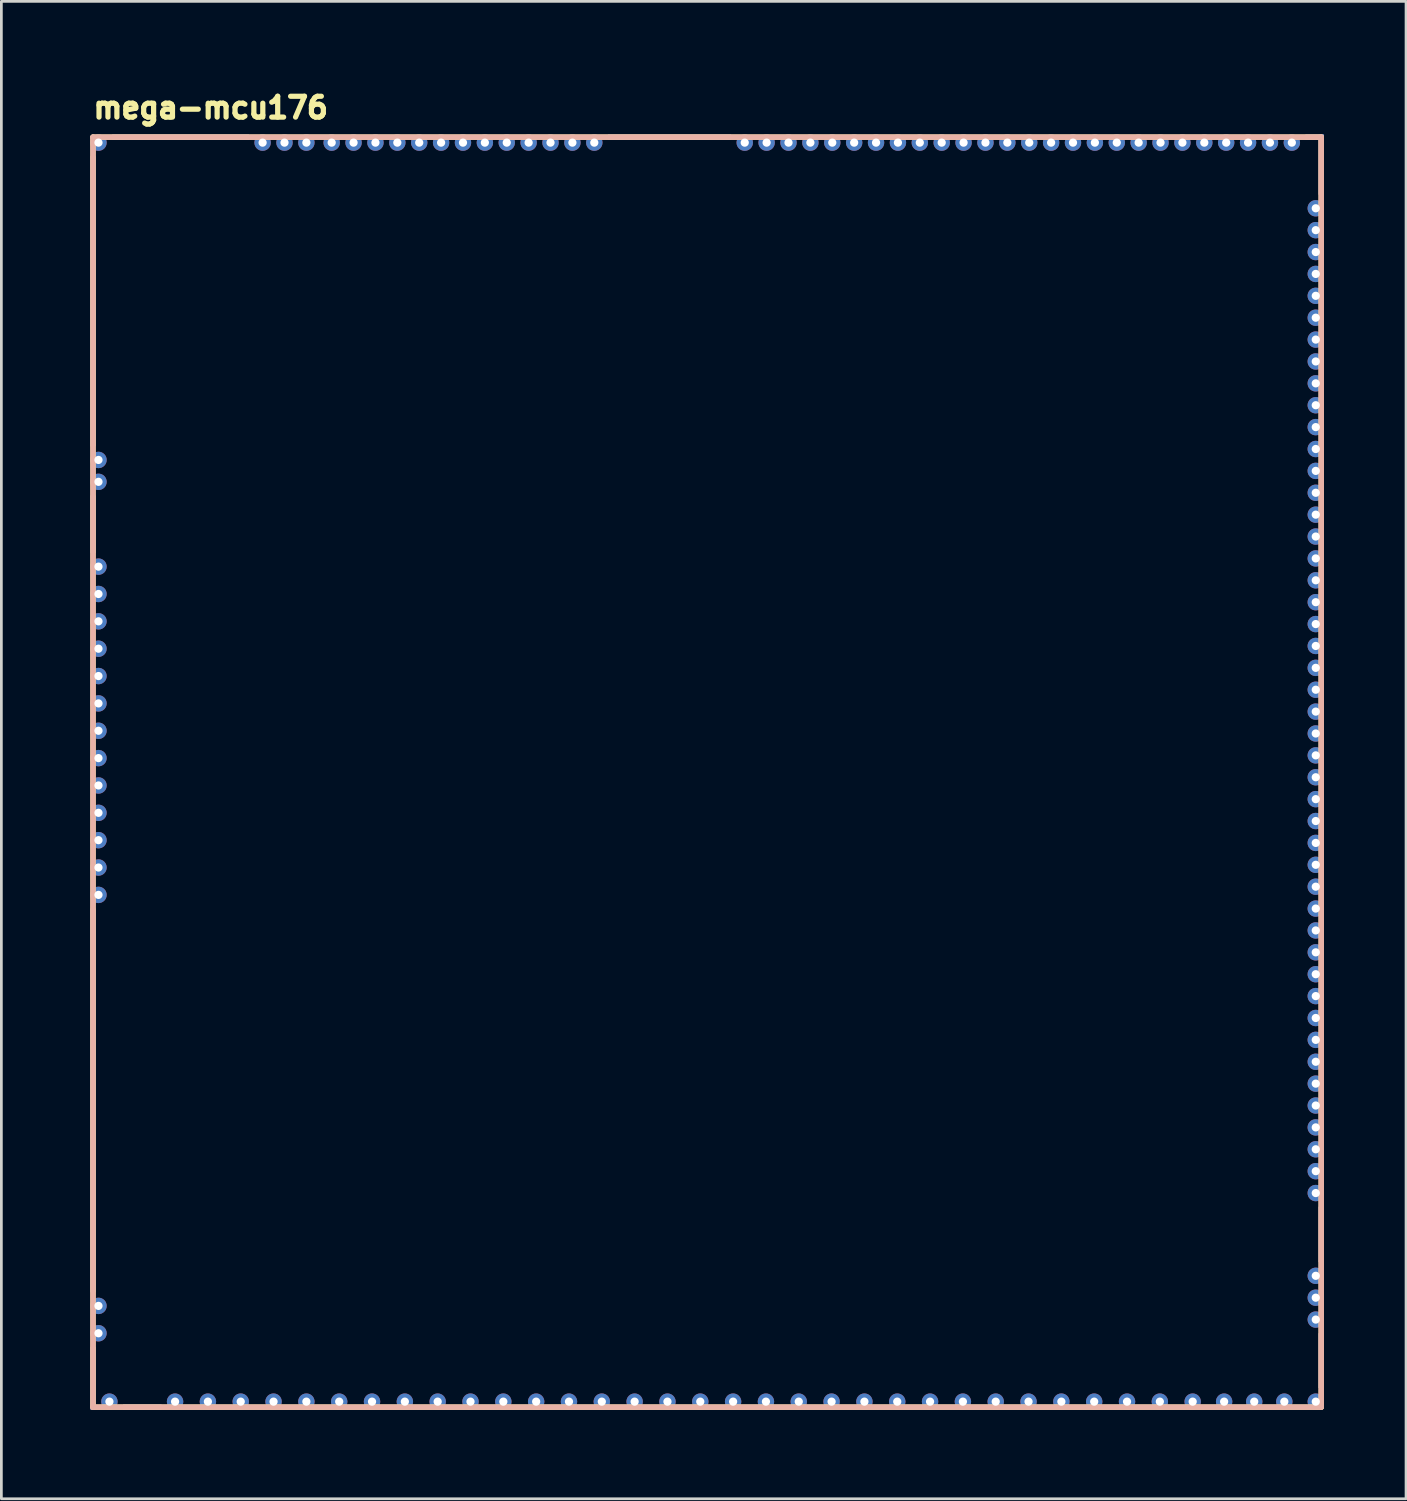
<source format=kicad_pcb>
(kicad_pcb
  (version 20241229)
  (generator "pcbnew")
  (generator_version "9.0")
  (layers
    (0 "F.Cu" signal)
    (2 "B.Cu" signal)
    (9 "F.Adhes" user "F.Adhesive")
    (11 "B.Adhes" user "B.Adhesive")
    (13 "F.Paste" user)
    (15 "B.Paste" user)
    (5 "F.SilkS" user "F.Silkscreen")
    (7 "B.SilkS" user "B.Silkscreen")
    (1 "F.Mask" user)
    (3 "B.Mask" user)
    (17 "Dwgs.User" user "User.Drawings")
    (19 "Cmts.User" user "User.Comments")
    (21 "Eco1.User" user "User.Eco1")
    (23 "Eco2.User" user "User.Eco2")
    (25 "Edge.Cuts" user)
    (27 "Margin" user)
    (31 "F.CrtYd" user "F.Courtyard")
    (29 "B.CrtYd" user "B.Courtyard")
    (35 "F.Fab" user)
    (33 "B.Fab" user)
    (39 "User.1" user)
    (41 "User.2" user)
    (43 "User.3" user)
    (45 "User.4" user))
  (footprint "mega-mcu176"
    (layer "F.Cu")
    (at 0.25 48.489)
    (property "Reference" "mega-mcu176" (at 0.013 -47.155 0) (unlocked yes) (layer "F.SilkS") (effects (font (size 0.762 0.762) (thickness 0.254)) (justify left bottom)))
    (fp_line (start 0.1 -46.525) (end 45 -46.525) (stroke (width 0.2) (type solid)) (layer "F.SilkS"))
    (fp_line (start 0.1 -0.1) (end 0.1 -46.525) (stroke (width 0.2) (type solid)) (layer "F.SilkS"))
    (fp_line (start 0.1 -0.1) (end 45 -0.1) (stroke (width 0.2) (type solid)) (layer "F.SilkS"))
    (fp_line (start 45 -0.1) (end 45 -46.525) (stroke (width 0.2) (type solid)) (layer "F.SilkS"))
    (fp_line (start 0.1 -46.525) (end 45 -46.525) (stroke (width 0.2) (type solid)) (layer "B.SilkS"))
    (fp_line (start 0.1 -0.1) (end 0.1 -46.525) (stroke (width 0.2) (type solid)) (layer "B.SilkS"))
    (fp_line (start 0.1 -0.1) (end 45 -0.1) (stroke (width 0.2) (type solid)) (layer "B.SilkS"))
    (fp_line (start 45 -0.1) (end 45 -46.525) (stroke (width 0.2) (type solid)) (layer "B.SilkS"))
    (pad "E0a" thru_hole circle (at 44.8 -43.925) (size 0.6 0.6) (drill 0.3) (layers "*.Cu"))
    (pad "E0b" thru_hole circle (at 44.8 -43.125 270) (size 0.6 0.6) (drill 0.3) (layers "*.Cu"))
    (pad "E0c" thru_hole circle (at 44.8 -42.325 270) (size 0.6 0.6) (drill 0.3) (layers "*.Cu"))
    (pad "E0d" thru_hole circle (at 44.8 -41.525 270) (size 0.6 0.6) (drill 0.3) (layers "*.Cu"))
    (pad "E1" thru_hole circle (at 44.8 -40.725) (size 0.6 0.6) (drill 0.3) (layers "*.Cu"))
    (pad "E2" thru_hole circle (at 44.8 -39.925) (size 0.6 0.6) (drill 0.3) (layers "*.Cu"))
    (pad "E3" thru_hole circle (at 44.8 -39.125) (size 0.6 0.6) (drill 0.3) (layers "*.Cu"))
    (pad "E4" thru_hole circle (at 44.8 -38.325) (size 0.6 0.6) (drill 0.3) (layers "*.Cu"))
    (pad "E6" thru_hole circle (at 44.8 -37.525 270) (size 0.6 0.6) (drill 0.3) (layers "*.Cu"))
    (pad "E7" thru_hole circle (at 44.8 -36.725 270) (size 0.6 0.6) (drill 0.3) (layers "*.Cu"))
    (pad "E8" thru_hole circle (at 44.8 -35.925 270) (size 0.6 0.6) (drill 0.3) (layers "*.Cu"))
    (pad "E9" thru_hole circle (at 44.8 -35.125 270) (size 0.6 0.6) (drill 0.3) (layers "*.Cu"))
    (pad "E10" thru_hole circle (at 44.8 -34.325 270) (size 0.6 0.6) (drill 0.3) (layers "*.Cu"))
    (pad "E11" thru_hole circle (at 44.8 -33.525 270) (size 0.6 0.6) (drill 0.3) (layers "*.Cu"))
    (pad "E12" thru_hole circle (at 44.8 -32.725 270) (size 0.6 0.6) (drill 0.3) (layers "*.Cu"))
    (pad "E13" thru_hole circle (at 44.8 -31.925 270) (size 0.6 0.6) (drill 0.3) (layers "*.Cu"))
    (pad "E14" thru_hole circle (at 44.8 -31.125 270) (size 0.6 0.6) (drill 0.3) (layers "*.Cu"))
    (pad "E15" thru_hole circle (at 44.8 -30.325 270) (size 0.6 0.6) (drill 0.3) (layers "*.Cu"))
    (pad "E16" thru_hole circle (at 44.8 -29.525 270) (size 0.6 0.6) (drill 0.3) (layers "*.Cu"))
    (pad "E17" thru_hole circle (at 44.8 -28.725 270) (size 0.6 0.6) (drill 0.3) (layers "*.Cu"))
    (pad "E18" thru_hole circle (at 44.8 -27.925 270) (size 0.6 0.6) (drill 0.3) (layers "*.Cu"))
    (pad "E19" thru_hole circle (at 44.8 -27.125 270) (size 0.6 0.6) (drill 0.3) (layers "*.Cu"))
    (pad "E20" thru_hole circle (at 44.8 -26.325 270) (size 0.6 0.6) (drill 0.3) (layers "*.Cu"))
    (pad "E21" thru_hole circle (at 44.8 -25.525 270) (size 0.6 0.6) (drill 0.3) (layers "*.Cu"))
    (pad "E22" thru_hole circle (at 44.8 -24.725 270) (size 0.6 0.6) (drill 0.3) (layers "*.Cu"))
    (pad "E23" thru_hole circle (at 44.8 -23.925 270) (size 0.6 0.6) (drill 0.3) (layers "*.Cu"))
    (pad "E24" thru_hole circle (at 44.8 -23.125 270) (size 0.6 0.6) (drill 0.3) (layers "*.Cu"))
    (pad "E25" thru_hole circle (at 44.8 -22.325 180) (size 0.6 0.6) (drill 0.3) (layers "*.Cu"))
    (pad "E26" thru_hole circle (at 44.8 -21.525 180) (size 0.6 0.6) (drill 0.3) (layers "*.Cu"))
    (pad "E27" thru_hole circle (at 44.8 -20.725 270) (size 0.6 0.6) (drill 0.3) (layers "*.Cu"))
    (pad "E28" thru_hole circle (at 44.8 -19.925 270) (size 0.6 0.6) (drill 0.3) (layers "*.Cu"))
    (pad "E29" thru_hole circle (at 44.8 -19.125 180) (size 0.6 0.6) (drill 0.3) (layers "*.Cu"))
    (pad "E30" thru_hole circle (at 44.8 -18.325 180) (size 0.6 0.6) (drill 0.3) (layers "*.Cu"))
    (pad "E31" thru_hole circle (at 44.8 -17.525 180) (size 0.6 0.6) (drill 0.3) (layers "*.Cu"))
    (pad "E32" thru_hole circle (at 44.8 -15.925 180) (size 0.6 0.6) (drill 0.3) (layers "*.Cu"))
    (pad "E33" thru_hole circle (at 44.8 -15.125 180) (size 0.6 0.6) (drill 0.3) (layers "*.Cu"))
    (pad "E34" thru_hole circle (at 44.8 -14.325 180) (size 0.6 0.6) (drill 0.3) (layers "*.Cu"))
    (pad "E35" thru_hole circle (at 44.8 -16.725 270) (size 0.6 0.6) (drill 0.3) (layers "*.Cu"))
    (pad "E36" thru_hole circle (at 44.8 -13.525 270) (size 0.6 0.6) (drill 0.3) (layers "*.Cu"))
    (pad "E36a" thru_hole circle (at 44.8 -12.725 270) (size 0.6 0.6) (drill 0.3) (layers "*.Cu"))
    (pad "E36b" thru_hole circle (at 44.8 -11.925 270) (size 0.6 0.6) (drill 0.3) (layers "*.Cu"))
    (pad "E36c" thru_hole circle (at 44.8 -11.125 270) (size 0.6 0.6) (drill 0.3) (layers "*.Cu"))
    (pad "E36d" thru_hole circle (at 44.8 -10.325 270) (size 0.6 0.6) (drill 0.3) (layers "*.Cu"))
    (pad "E36e" thru_hole circle (at 44.8 -9.525) (size 0.6 0.6) (drill 0.3) (layers "*.Cu"))
    (pad "E36f" thru_hole circle (at 44.8 -8.725) (size 0.6 0.6) (drill 0.3) (layers "*.Cu"))
    (pad "E36g" thru_hole circle (at 44.8 -7.925) (size 0.6 0.6) (drill 0.3) (layers "*.Cu"))
    (pad "E38" thru_hole circle (at 44.8 -4.9 270) (size 0.6 0.6) (drill 0.3) (layers "*.Cu"))
    (pad "E39" thru_hole circle (at 44.8 -4.1 270) (size 0.6 0.6) (drill 0.3) (layers "*.Cu"))
    (pad "E40" thru_hole circle (at 44.8 -3.3 270) (size 0.6 0.6) (drill 0.3) (layers "*.Cu"))
    (pad "G" smd rect (at 0.1 -40.525) (size 0.2 10.6) (layers "F.Cu" "F.Paste"))
    (pad "G" smd rect (at 0.1 -40.525) (size 0.2 10.6) (layers "B.Cu" "B.Paste"))
    (pad "G" smd rect (at 0.1 -40.525) (size 0.2 10.6) (layers "In1.Cu"))
    (pad "G" smd rect (at 0.1 -40.525) (size 0.2 10.6) (layers "In2.Cu"))
    (pad "G" smd rect (at 0.1 -32.375) (size 0.2 2.1) (layers "F.Cu" "F.Paste"))
    (pad "G" smd rect (at 0.1 -32.375) (size 0.2 2.1) (layers "B.Cu" "B.Paste"))
    (pad "G" smd rect (at 0.1 -32.375) (size 0.2 2.1) (layers "In1.Cu"))
    (pad "G" smd rect (at 0.1 -32.375) (size 0.2 2.1) (layers "In2.Cu"))
    (pad "G" smd rect (at 0.1 -11.313) (size 0.2 14.025) (layers "F.Cu" "F.Paste"))
    (pad "G" smd rect (at 0.1 -11.313) (size 0.2 14.025) (layers "B.Cu" "B.Paste"))
    (pad "G" smd rect (at 0.1 -11.313) (size 0.2 14.025) (layers "In1.Cu"))
    (pad "G" smd rect (at 0.1 -11.313) (size 0.2 14.025) (layers "In2.Cu"))
    (pad "G" smd rect (at 0.1 -1.15) (size 0.2 2.3) (layers "F.Cu" "F.Paste"))
    (pad "G" smd rect (at 0.1 -1.15) (size 0.2 2.3) (layers "B.Cu" "B.Paste"))
    (pad "G" smd rect (at 0.1 -1.15) (size 0.2 2.3) (layers "In1.Cu"))
    (pad "G" smd rect (at 0.1 -1.15) (size 0.2 2.3) (layers "In2.Cu"))
    (pad "G" smd rect (at 1.9 -0.1 90) (size 0.2 1.4) (layers "F.Cu" "F.Paste"))
    (pad "G" smd rect (at 1.9 -0.1 90) (size 0.2 1.4) (layers "B.Cu" "B.Paste"))
    (pad "G" smd rect (at 1.9 -0.1 90) (size 0.2 1.4) (layers "In1.Cu"))
    (pad "G" smd rect (at 1.9 -0.1 90) (size 0.2 1.4) (layers "In2.Cu"))
    (pad "G" smd rect (at 3.3 -46.525 270) (size 0.2 5) (layers "F.Cu" "F.Paste"))
    (pad "G" smd rect (at 3.3 -46.525 270) (size 0.2 5) (layers "B.Cu" "B.Paste"))
    (pad "G" smd rect (at 3.3 -46.525 270) (size 0.2 5) (layers "In1.Cu"))
    (pad "G" smd rect (at 3.3 -46.525 270) (size 0.2 5) (layers "In2.Cu"))
    (pad "G" smd rect (at 21.175 -46.525 270) (size 0.2 4.5) (layers "F.Cu" "F.Paste"))
    (pad "G" smd rect (at 21.175 -46.525 270) (size 0.2 4.5) (layers "B.Cu" "B.Paste"))
    (pad "G" smd rect (at 21.175 -46.525 270) (size 0.2 4.5) (layers "In1.Cu"))
    (pad "G" smd rect (at 21.175 -46.525 270) (size 0.2 4.5) (layers "In2.Cu"))
    (pad "G" smd rect (at 44.762 -46.525 90) (size 0.2 0.675) (layers "F.Cu" "F.Paste"))
    (pad "G" smd rect (at 44.762 -46.525 90) (size 0.2 0.675) (layers "B.Cu" "B.Paste"))
    (pad "G" smd rect (at 44.762 -46.525 90) (size 0.2 0.675) (layers "In1.Cu"))
    (pad "G" smd rect (at 44.762 -46.525 90) (size 0.2 0.675) (layers "In2.Cu"))
    (pad "G" smd rect (at 45 -45.525 180) (size 0.2 2.2) (layers "F.Cu" "F.Paste"))
    (pad "G" smd rect (at 45 -45.525 180) (size 0.2 2.2) (layers "B.Cu" "B.Paste"))
    (pad "G" smd rect (at 45 -45.525 180) (size 0.2 2.2) (layers "In1.Cu"))
    (pad "G" smd rect (at 45 -45.525 180) (size 0.2 2.2) (layers "In2.Cu"))
    (pad "G" smd rect (at 45 -6.413 180) (size 0.2 2.025) (layers "F.Cu" "F.Paste"))
    (pad "G" smd rect (at 45 -6.413 180) (size 0.2 2.025) (layers "B.Cu" "B.Paste"))
    (pad "G" smd rect (at 45 -6.413 180) (size 0.2 2.025) (layers "In1.Cu"))
    (pad "G" smd rect (at 45 -6.413 180) (size 0.2 2.025) (layers "In2.Cu"))
    (pad "G" smd rect (at 45 -1.8 180) (size 0.2 2) (layers "F.Cu" "F.Paste"))
    (pad "G" smd rect (at 45 -1.8 180) (size 0.2 2) (layers "B.Cu" "B.Paste"))
    (pad "G" smd rect (at 45 -1.8 180) (size 0.2 2) (layers "In1.Cu"))
    (pad "G" smd rect (at 45 -1.8 180) (size 0.2 2) (layers "In2.Cu"))
    (pad "N0a" thru_hole circle (at 43.925 -46.325) (size 0.6 0.6) (drill 0.3) (layers "*.Cu"))
    (pad "N0b" thru_hole circle (at 43.125 -46.325) (size 0.6 0.6) (drill 0.3) (layers "*.Cu"))
    (pad "N0c" thru_hole circle (at 42.325 -46.325) (size 0.6 0.6) (drill 0.3) (layers "*.Cu"))
    (pad "N1" thru_hole circle (at 41.525 -46.325 270) (size 0.6 0.6) (drill 0.3) (layers "*.Cu"))
    (pad "N2" thru_hole circle (at 40.725 -46.325 270) (size 0.6 0.6) (drill 0.3) (layers "*.Cu"))
    (pad "N3" thru_hole circle (at 39.925 -46.325 270) (size 0.6 0.6) (drill 0.3) (layers "*.Cu"))
    (pad "N4" thru_hole circle (at 39.125 -46.325 270) (size 0.6 0.6) (drill 0.3) (layers "*.Cu"))
    (pad "N5" thru_hole circle (at 38.325 -46.325 90) (size 0.6 0.6) (drill 0.3) (layers "*.Cu"))
    (pad "N6" thru_hole circle (at 37.525 -46.325 270) (size 0.6 0.6) (drill 0.3) (layers "*.Cu"))
    (pad "N7" thru_hole circle (at 36.725 -46.325 270) (size 0.6 0.6) (drill 0.3) (layers "*.Cu"))
    (pad "N8" thru_hole circle (at 35.925 -46.325 270) (size 0.6 0.6) (drill 0.3) (layers "*.Cu"))
    (pad "N9" thru_hole circle (at 35.125 -46.325 90) (size 0.6 0.6) (drill 0.3) (layers "*.Cu"))
    (pad "N10" thru_hole circle (at 34.325 -46.325 90) (size 0.6 0.6) (drill 0.3) (layers "*.Cu"))
    (pad "N11" thru_hole circle (at 33.525 -46.325 90) (size 0.6 0.6) (drill 0.3) (layers "*.Cu"))
    (pad "N12" thru_hole circle (at 32.725 -46.325 90) (size 0.6 0.6) (drill 0.3) (layers "*.Cu"))
    (pad "N13" thru_hole circle (at 31.925 -46.325 90) (size 0.6 0.6) (drill 0.3) (layers "*.Cu"))
    (pad "N14" thru_hole circle (at 31.125 -46.325 270) (size 0.6 0.6) (drill 0.3) (layers "*.Cu"))
    (pad "N15" thru_hole circle (at 30.325 -46.325 270) (size 0.6 0.6) (drill 0.3) (layers "*.Cu"))
    (pad "N16" thru_hole circle (at 29.525 -46.325 270) (size 0.6 0.6) (drill 0.3) (layers "*.Cu"))
    (pad "N17" thru_hole circle (at 28.725 -46.325 270) (size 0.6 0.6) (drill 0.3) (layers "*.Cu"))
    (pad "N18" thru_hole circle (at 27.925 -46.325 270) (size 0.6 0.6) (drill 0.3) (layers "*.Cu"))
    (pad "N19" thru_hole circle (at 27.125 -46.325 270) (size 0.6 0.6) (drill 0.3) (layers "*.Cu"))
    (pad "N20" thru_hole circle (at 26.325 -46.325 270) (size 0.6 0.6) (drill 0.3) (layers "*.Cu"))
    (pad "N21" thru_hole circle (at 25.525 -46.325 270) (size 0.6 0.6) (drill 0.3) (layers "*.Cu"))
    (pad "N22" thru_hole circle (at 24.725 -46.325 270) (size 0.6 0.6) (drill 0.3) (layers "*.Cu"))
    (pad "N23" thru_hole circle (at 23.925 -46.325 270) (size 0.6 0.6) (drill 0.3) (layers "*.Cu"))
    (pad "N24" thru_hole circle (at 18.425 -46.325 270) (size 0.6 0.6) (drill 0.3) (layers "*.Cu"))
    (pad "N25" thru_hole circle (at 17.625 -46.325 270) (size 0.6 0.6) (drill 0.3) (layers "*.Cu"))
    (pad "N26" thru_hole circle (at 16.825 -46.325 270) (size 0.6 0.6) (drill 0.3) (layers "*.Cu"))
    (pad "N27" thru_hole circle (at 16.025 -46.325 270) (size 0.6 0.6) (drill 0.3) (layers "*.Cu"))
    (pad "N28" thru_hole circle (at 15.225 -46.325 270) (size 0.6 0.6) (drill 0.3) (layers "*.Cu"))
    (pad "N28a" thru_hole circle (at 14.425 -46.325) (size 0.6 0.6) (drill 0.3) (layers "*.Cu"))
    (pad "N28b" thru_hole circle (at 13.625 -46.325) (size 0.6 0.6) (drill 0.3) (layers "*.Cu"))
    (pad "N28c" thru_hole circle (at 12.825 -46.325) (size 0.6 0.6) (drill 0.3) (layers "*.Cu"))
    (pad "N28d" thru_hole circle (at 12.025 -46.325) (size 0.6 0.6) (drill 0.3) (layers "*.Cu"))
    (pad "N28e" thru_hole circle (at 11.225 -46.325) (size 0.6 0.6) (drill 0.3) (layers "*.Cu"))
    (pad "N28f" thru_hole circle (at 10.425 -46.325) (size 0.6 0.6) (drill 0.3) (layers "*.Cu"))
    (pad "N28g" thru_hole circle (at 9.625 -46.325) (size 0.6 0.6) (drill 0.3) (layers "*.Cu"))
    (pad "N28h" thru_hole circle (at 8.825 -46.325) (size 0.6 0.6) (drill 0.3) (layers "*.Cu"))
    (pad "N29" thru_hole circle (at 7.9 -46.325 270) (size 0.6 0.6) (drill 0.3) (layers "*.Cu"))
    (pad "N30" thru_hole circle (at 7.1 -46.325 270) (size 0.6 0.6) (drill 0.3) (layers "*.Cu"))
    (pad "N31" thru_hole circle (at 6.3 -46.325 270) (size 0.6 0.6) (drill 0.3) (layers "*.Cu"))
    (pad "N32" thru_hole circle (at 0.3 -46.325 270) (size 0.6 0.6) (drill 0.3) (layers "*.Cu"))
    (pad "S2" thru_hole circle (at 44.8 -0.3 270) (size 0.6 0.6) (drill 0.3) (layers "*.Cu"))
    (pad "S3" thru_hole circle (at 43.65 -0.3 270) (size 0.6 0.6) (drill 0.3) (layers "*.Cu"))
    (pad "S4" thru_hole circle (at 42.55 -0.3 270) (size 0.6 0.6) (drill 0.3) (layers "*.Cu"))
    (pad "S5" thru_hole circle (at 41.45 -0.3 270) (size 0.6 0.6) (drill 0.3) (layers "*.Cu"))
    (pad "S5a" thru_hole circle (at 40.3 -0.3 270) (size 0.6 0.6) (drill 0.3) (layers "*.Cu"))
    (pad "S5b" thru_hole circle (at 39.1 -0.3 270) (size 0.6 0.6) (drill 0.3) (layers "*.Cu"))
    (pad "S5c" thru_hole circle (at 37.9 -0.3 270) (size 0.6 0.6) (drill 0.3) (layers "*.Cu"))
    (pad "S5d" thru_hole circle (at 36.7 -0.3 270) (size 0.6 0.6) (drill 0.3) (layers "*.Cu"))
    (pad "S6" thru_hole circle (at 35.5 -0.3 270) (size 0.6 0.6) (drill 0.3) (layers "*.Cu"))
    (pad "S7" thru_hole circle (at 34.3 -0.3 270) (size 0.6 0.6) (drill 0.3) (layers "*.Cu"))
    (pad "S8" thru_hole circle (at 33.1 -0.3 270) (size 0.6 0.6) (drill 0.3) (layers "*.Cu"))
    (pad "S9" thru_hole circle (at 31.9 -0.3 270) (size 0.6 0.6) (drill 0.3) (layers "*.Cu"))
    (pad "S10" thru_hole circle (at 30.7 -0.3 270) (size 0.6 0.6) (drill 0.3) (layers "*.Cu"))
    (pad "S11" thru_hole circle (at 29.5 -0.3 270) (size 0.6 0.6) (drill 0.3) (layers "*.Cu"))
    (pad "S12" thru_hole circle (at 28.3 -0.3 270) (size 0.6 0.6) (drill 0.3) (layers "*.Cu"))
    (pad "S13" thru_hole circle (at 27.1 -0.3 270) (size 0.6 0.6) (drill 0.3) (layers "*.Cu"))
    (pad "S14" thru_hole circle (at 25.9 -0.3 270) (size 0.6 0.6) (drill 0.3) (layers "*.Cu"))
    (pad "S15" thru_hole circle (at 24.7 -0.3 270) (size 0.6 0.6) (drill 0.3) (layers "*.Cu"))
    (pad "S16" thru_hole circle (at 23.5 -0.3 270) (size 0.6 0.6) (drill 0.3) (layers "*.Cu"))
    (pad "S17" thru_hole circle (at 22.3 -0.3 270) (size 0.6 0.6) (drill 0.3) (layers "*.Cu"))
    (pad "S18" thru_hole circle (at 21.1 -0.3 270) (size 0.6 0.6) (drill 0.3) (layers "*.Cu"))
    (pad "S19" thru_hole circle (at 19.9 -0.3 270) (size 0.6 0.6) (drill 0.3) (layers "*.Cu"))
    (pad "S20" thru_hole circle (at 18.7 -0.3 270) (size 0.6 0.6) (drill 0.3) (layers "*.Cu"))
    (pad "S21" thru_hole circle (at 17.5 -0.3 270) (size 0.6 0.6) (drill 0.3) (layers "*.Cu"))
    (pad "S22" thru_hole circle (at 16.3 -0.3 270) (size 0.6 0.6) (drill 0.3) (layers "*.Cu"))
    (pad "S23" thru_hole circle (at 15.1 -0.3 270) (size 0.6 0.6) (drill 0.3) (layers "*.Cu"))
    (pad "S24" thru_hole circle (at 13.9 -0.3 270) (size 0.6 0.6) (drill 0.3) (layers "*.Cu"))
    (pad "S25" thru_hole circle (at 12.7 -0.3 270) (size 0.6 0.6) (drill 0.3) (layers "*.Cu"))
    (pad "S26" thru_hole circle (at 11.5 -0.3 270) (size 0.6 0.6) (drill 0.3) (layers "*.Cu"))
    (pad "S27" thru_hole circle (at 10.3 -0.3 270) (size 0.6 0.6) (drill 0.3) (layers "*.Cu"))
    (pad "S28" thru_hole circle (at 9.1 -0.3 270) (size 0.6 0.6) (drill 0.3) (layers "*.Cu"))
    (pad "S29" thru_hole circle (at 7.9 -0.3 270) (size 0.6 0.6) (drill 0.3) (layers "*.Cu"))
    (pad "S30" thru_hole circle (at 6.7 -0.3 270) (size 0.6 0.6) (drill 0.3) (layers "*.Cu"))
    (pad "S31" thru_hole circle (at 5.5 -0.3 270) (size 0.6 0.6) (drill 0.3) (layers "*.Cu"))
    (pad "S32" thru_hole circle (at 4.3 -0.3 270) (size 0.6 0.6) (drill 0.3) (layers "*.Cu"))
    (pad "S33" thru_hole circle (at 3.1 -0.3 270) (size 0.6 0.6) (drill 0.3) (layers "*.Cu"))
    (pad "S35" thru_hole circle (at 0.7 -0.3 270) (size 0.6 0.6) (drill 0.3) (layers "*.Cu"))
    (pad "W1" thru_hole circle (at 0.3 -2.8 180) (size 0.6 0.6) (drill 0.3) (layers "*.Cu"))
    (pad "W2" thru_hole circle (at 0.3 -3.8 270) (size 0.6 0.6) (drill 0.3) (layers "*.Cu"))
    (pad "W3" thru_hole circle (at 0.3 -18.825 180) (size 0.6 0.6) (drill 0.3) (layers "*.Cu"))
    (pad "W3a" thru_hole circle (at 0.3 -19.825 90) (size 0.6 0.6) (drill 0.3) (layers "*.Cu"))
    (pad "W3b" thru_hole circle (at 0.3 -20.825 90) (size 0.6 0.6) (drill 0.3) (layers "*.Cu"))
    (pad "W3c" thru_hole circle (at 0.3 -21.825 90) (size 0.6 0.6) (drill 0.3) (layers "*.Cu"))
    (pad "W3d" thru_hole circle (at 0.3 -22.825) (size 0.6 0.6) (drill 0.3) (layers "*.Cu"))
    (pad "W4" thru_hole circle (at 0.3 -23.825 180) (size 0.6 0.6) (drill 0.3) (layers "*.Cu"))
    (pad "W5" thru_hole circle (at 0.3 -24.825 180) (size 0.6 0.6) (drill 0.3) (layers "*.Cu"))
    (pad "W6" thru_hole circle (at 0.3 -25.825 180) (size 0.6 0.6) (drill 0.3) (layers "*.Cu"))
    (pad "W7" thru_hole circle (at 0.3 -26.825 180) (size 0.6 0.6) (drill 0.3) (layers "*.Cu"))
    (pad "W8" thru_hole circle (at 0.3 -27.825 180) (size 0.6 0.6) (drill 0.3) (layers "*.Cu"))
    (pad "W9" thru_hole circle (at 0.3 -28.825 180) (size 0.6 0.6) (drill 0.3) (layers "*.Cu"))
    (pad "W10" thru_hole circle (at 0.3 -29.825 180) (size 0.6 0.6) (drill 0.3) (layers "*.Cu"))
    (pad "W11" thru_hole circle (at 0.3 -30.825 180) (size 0.6 0.6) (drill 0.3) (layers "*.Cu"))
    (pad "W12" thru_hole circle (at 0.3 -33.925 270) (size 0.6 0.6) (drill 0.3) (layers "*.Cu"))
    (pad "W13" thru_hole circle (at 0.3 -34.725 270) (size 0.6 0.6) (drill 0.3) (layers "*.Cu"))
    (zone (net_name "") (layers "F.Cu" "B.Cu") (hatch edge 0.5) (connect_pads) (min_thickness 0.25) (filled_areas_thickness no) (keepout (tracks allowed) (vias allowed) (pads allowed) (copperpour not_allowed) (footprints allowed)) (placement (enabled no)) (fill) (polygon (pts (xy 0.35 1.964) (xy 45.25 1.964) (xy 45.25 48.389) (xy 0.35 48.389)))))
  (gr_rect
    (start -3 -3)
    (end 48.35 51.739)
    (stroke (width 0.1) (type default))
    (fill no)
    (layer "Edge.Cuts")))
</source>
